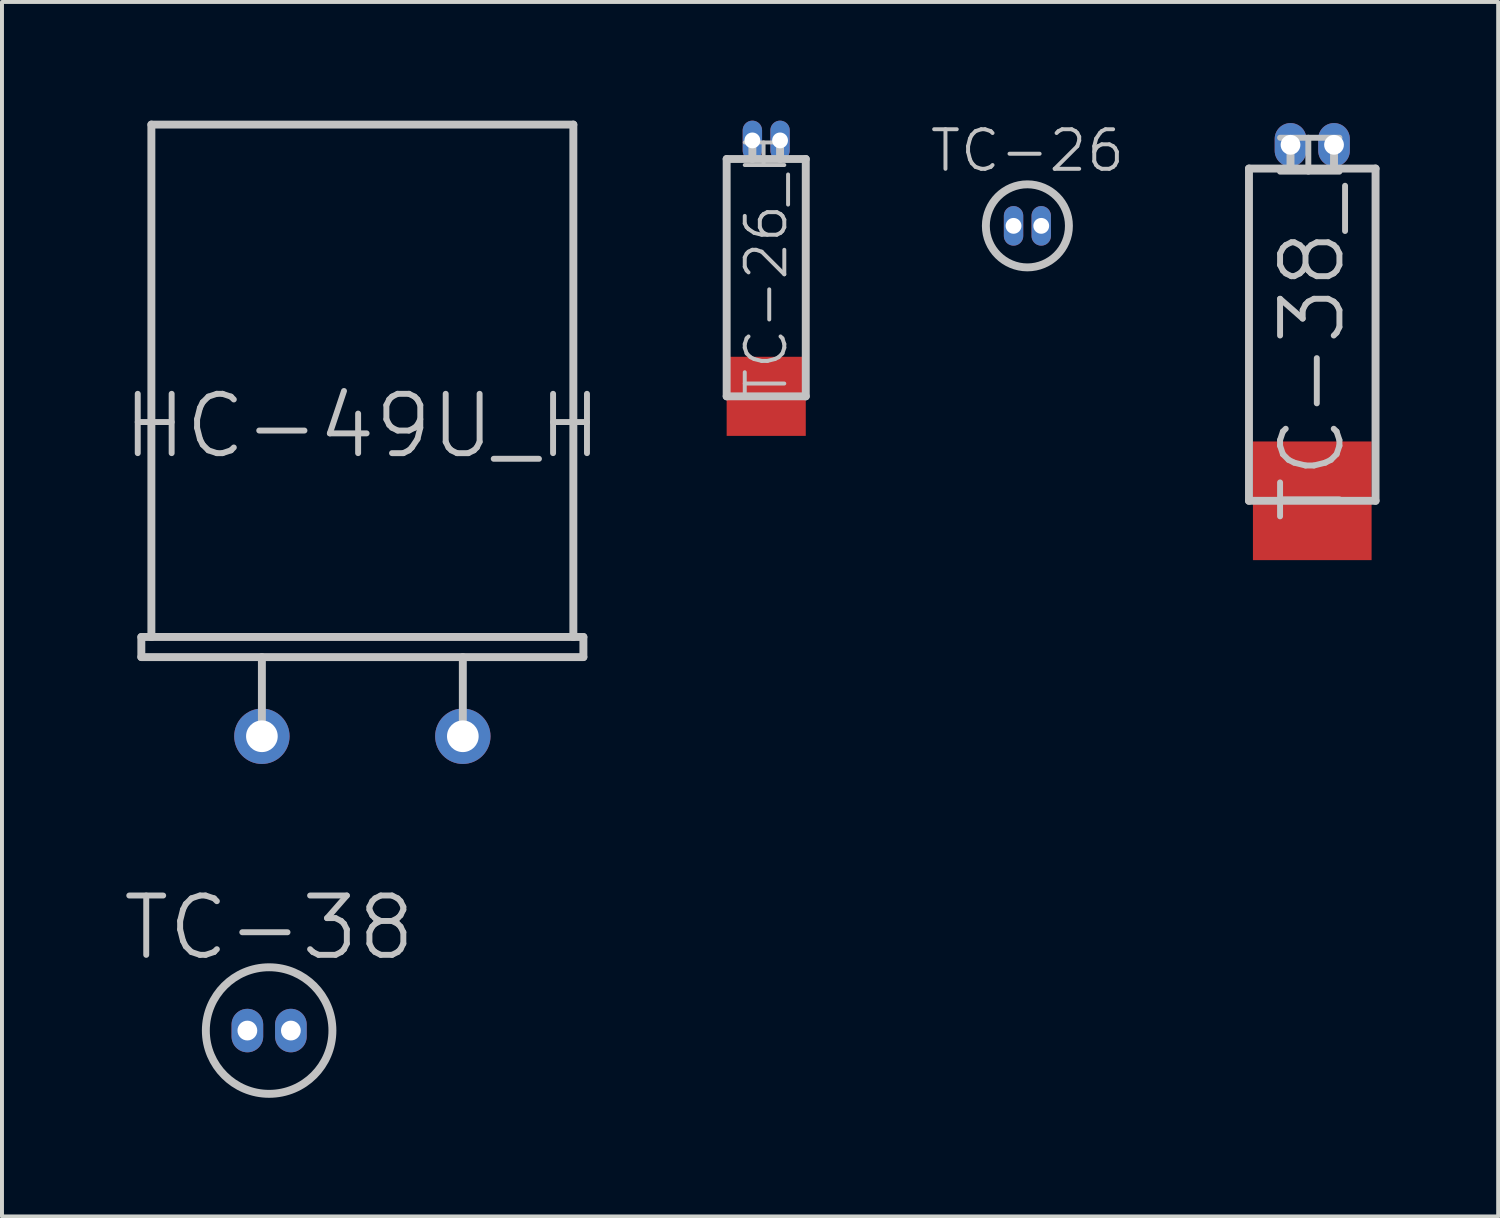
<source format=kicad_pcb>
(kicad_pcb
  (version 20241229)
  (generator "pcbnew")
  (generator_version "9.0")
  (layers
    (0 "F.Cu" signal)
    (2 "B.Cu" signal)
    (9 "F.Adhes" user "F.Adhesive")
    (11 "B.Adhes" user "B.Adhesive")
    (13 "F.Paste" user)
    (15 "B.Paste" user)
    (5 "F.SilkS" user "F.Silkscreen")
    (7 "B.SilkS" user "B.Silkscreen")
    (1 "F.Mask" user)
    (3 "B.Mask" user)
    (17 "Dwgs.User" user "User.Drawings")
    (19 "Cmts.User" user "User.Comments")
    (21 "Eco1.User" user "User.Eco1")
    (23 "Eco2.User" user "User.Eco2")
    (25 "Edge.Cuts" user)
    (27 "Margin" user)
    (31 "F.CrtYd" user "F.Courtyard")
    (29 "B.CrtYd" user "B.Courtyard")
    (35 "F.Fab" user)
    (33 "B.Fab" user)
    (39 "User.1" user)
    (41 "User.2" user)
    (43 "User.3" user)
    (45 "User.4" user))
  (footprint "TC-38_H"
    (layer "F.Cu")
    (at 30.126 5.011)
    (property "Reference" "TC-38_H" (at 0 0.1 90) (layer "Dwgs.User") (effects (font (size 1.5 1.5) (thickness 0.15))))
    (attr through_hole)
    (fp_line (start -1.6 -3.8) (end -1.6 4.6) (stroke (width 0.2) (type solid)) (layer "Dwgs.User"))
    (fp_line (start -1.6 -3.8) (end 1.6 -3.8) (stroke (width 0.2) (type solid)) (layer "Dwgs.User"))
    (fp_line (start -1.6 4.6) (end 1.6 4.6) (stroke (width 0.2) (type solid)) (layer "Dwgs.User"))
    (fp_line (start -0.55 -4.4) (end -0.55 -3.8) (stroke (width 0.2) (type solid)) (layer "Dwgs.User"))
    (fp_line (start 0.55 -4.4) (end 0.55 -3.8) (stroke (width 0.2) (type solid)) (layer "Dwgs.User"))
    (fp_line (start 1.6 -3.8) (end 1.6 4.6) (stroke (width 0.2) (type solid)) (layer "Dwgs.User"))
    (pad "" smd rect (at 0 4.6) (size 3 3) (layers "F.Cu" "F.Mask" "F.Paste"))
    (pad "1" thru_hole oval (at -0.55 -4.4) (size 0.8 1.1) (drill 0.5) (layers "*.Cu" "*.Mask"))
    (pad "2" thru_hole oval (at 0.55 -4.4) (size 0.8 1.1) (drill 0.5) (layers "*.Cu" "*.Mask")))
  (footprint "TC-38"
    (layer "F.Cu")
    (at 3.754 23.004)
    (property "Reference" "TC-38" (at 0 -2.6 0) (layer "Dwgs.User") (effects (font (size 1.5 1.5) (thickness 0.15))))
    (attr through_hole)
    (fp_circle (center 0 0) (end -1.6 0) (stroke (width 0.2) (type solid)) (fill no) (layer "Dwgs.User"))
    (pad "1" thru_hole oval (at -0.55 0) (size 0.8 1.1) (drill 0.5) (layers "*.Cu" "*.Mask"))
    (pad "2" thru_hole oval (at 0.55 0) (size 0.8 1.1) (drill 0.5) (layers "*.Cu" "*.Mask")))
  (footprint "HC-49U_H"
    (layer "F.Cu")
    (at 6.111 7.72)
    (property "Reference" "HC-49U_H" (at 0 0 0) (layer "Dwgs.User") (effects (font (size 1.5 1.5) (thickness 0.15))))
    (attr through_hole)
    (fp_line (start -5.588 5.334) (end -5.334 5.334) (stroke (width 0.2) (type solid)) (layer "Dwgs.User"))
    (fp_line (start -5.588 5.842) (end -5.588 5.334) (stroke (width 0.2) (type solid)) (layer "Dwgs.User"))
    (fp_line (start -5.334 -7.62) (end 5.334 -7.62) (stroke (width 0.2) (type solid)) (layer "Dwgs.User"))
    (fp_line (start -5.334 5.334) (end -5.334 -7.62) (stroke (width 0.2) (type solid)) (layer "Dwgs.User"))
    (fp_line (start -2.54 7.874) (end -2.54 5.842) (stroke (width 0.2) (type solid)) (layer "Dwgs.User"))
    (fp_line (start 2.54 7.874) (end 2.54 5.842) (stroke (width 0.2) (type solid)) (layer "Dwgs.User"))
    (fp_line (start 5.334 -7.62) (end 5.334 5.334) (stroke (width 0.2) (type solid)) (layer "Dwgs.User"))
    (fp_line (start 5.334 5.334) (end -5.334 5.334) (stroke (width 0.2) (type solid)) (layer "Dwgs.User"))
    (fp_line (start 5.334 5.334) (end 5.588 5.334) (stroke (width 0.2) (type solid)) (layer "Dwgs.User"))
    (fp_line (start 5.588 5.334) (end 5.588 5.842) (stroke (width 0.2) (type solid)) (layer "Dwgs.User"))
    (fp_line (start 5.588 5.842) (end -5.588 5.842) (stroke (width 0.2) (type solid)) (layer "Dwgs.User"))
    (pad "1" thru_hole circle (at -2.54 7.844) (size 1.4 1.4) (drill 0.8) (layers "*.Cu" "*.Mask"))
    (pad "2" thru_hole circle (at 2.54 7.844) (size 1.4 1.4) (drill 0.8) (layers "*.Cu" "*.Mask")))
  (footprint "TC-26"
    (layer "F.Cu")
    (at 22.924 2.66)
    (property "Reference" "TC-26" (at 0 -1.9 0) (layer "Dwgs.User") (effects (font (size 1 1) (thickness 0.1))))
    (attr through_hole)
    (fp_circle (center 0 0) (end -1.05 0) (stroke (width 0.2) (type solid)) (fill no) (layer "Dwgs.User"))
    (pad "1" thru_hole oval (at -0.35 0) (size 0.49 1) (drill 0.4) (layers "*.Cu" "*.Mask"))
    (pad "2" thru_hole oval (at 0.35 0) (size 0.49 1) (drill 0.4) (layers "*.Cu" "*.Mask")))
  (footprint "TC-26_H"
    (layer "F.Cu")
    (at 16.321 3.67)
    (property "Reference" "TC-26_H" (at 0 0 90) (layer "Dwgs.User") (effects (font (size 1 1) (thickness 0.1))))
    (attr through_hole)
    (fp_line (start -1 -2.7) (end -1 3.3) (stroke (width 0.2) (type solid)) (layer "Dwgs.User"))
    (fp_line (start -1 -2.7) (end 1 -2.7) (stroke (width 0.2) (type solid)) (layer "Dwgs.User"))
    (fp_line (start -1 3.3) (end 1 3.3) (stroke (width 0.2) (type solid)) (layer "Dwgs.User"))
    (fp_line (start -0.35 -3.15) (end -0.35 -2.7) (stroke (width 0.2) (type solid)) (layer "Dwgs.User"))
    (fp_line (start 0.35 -3.15) (end 0.35 -2.7) (stroke (width 0.2) (type solid)) (layer "Dwgs.User"))
    (fp_line (start 1 -2.7) (end 1 3.3) (stroke (width 0.2) (type solid)) (layer "Dwgs.User"))
    (pad "" smd rect (at 0 3.3) (size 2 2) (layers "F.Cu" "F.Mask" "F.Paste"))
    (pad "1" thru_hole oval (at -0.35 -3.17) (size 0.49 1) (drill 0.4) (layers "*.Cu" "*.Mask"))
    (pad "2" thru_hole oval (at 0.35 -3.17) (size 0.49 1) (drill 0.4) (layers "*.Cu" "*.Mask")))
  (gr_rect
    (start -3 -3)
    (end 34.826 27.704)
    (stroke (width 0.1) (type default))
    (fill no)
    (layer "Edge.Cuts")))
</source>
